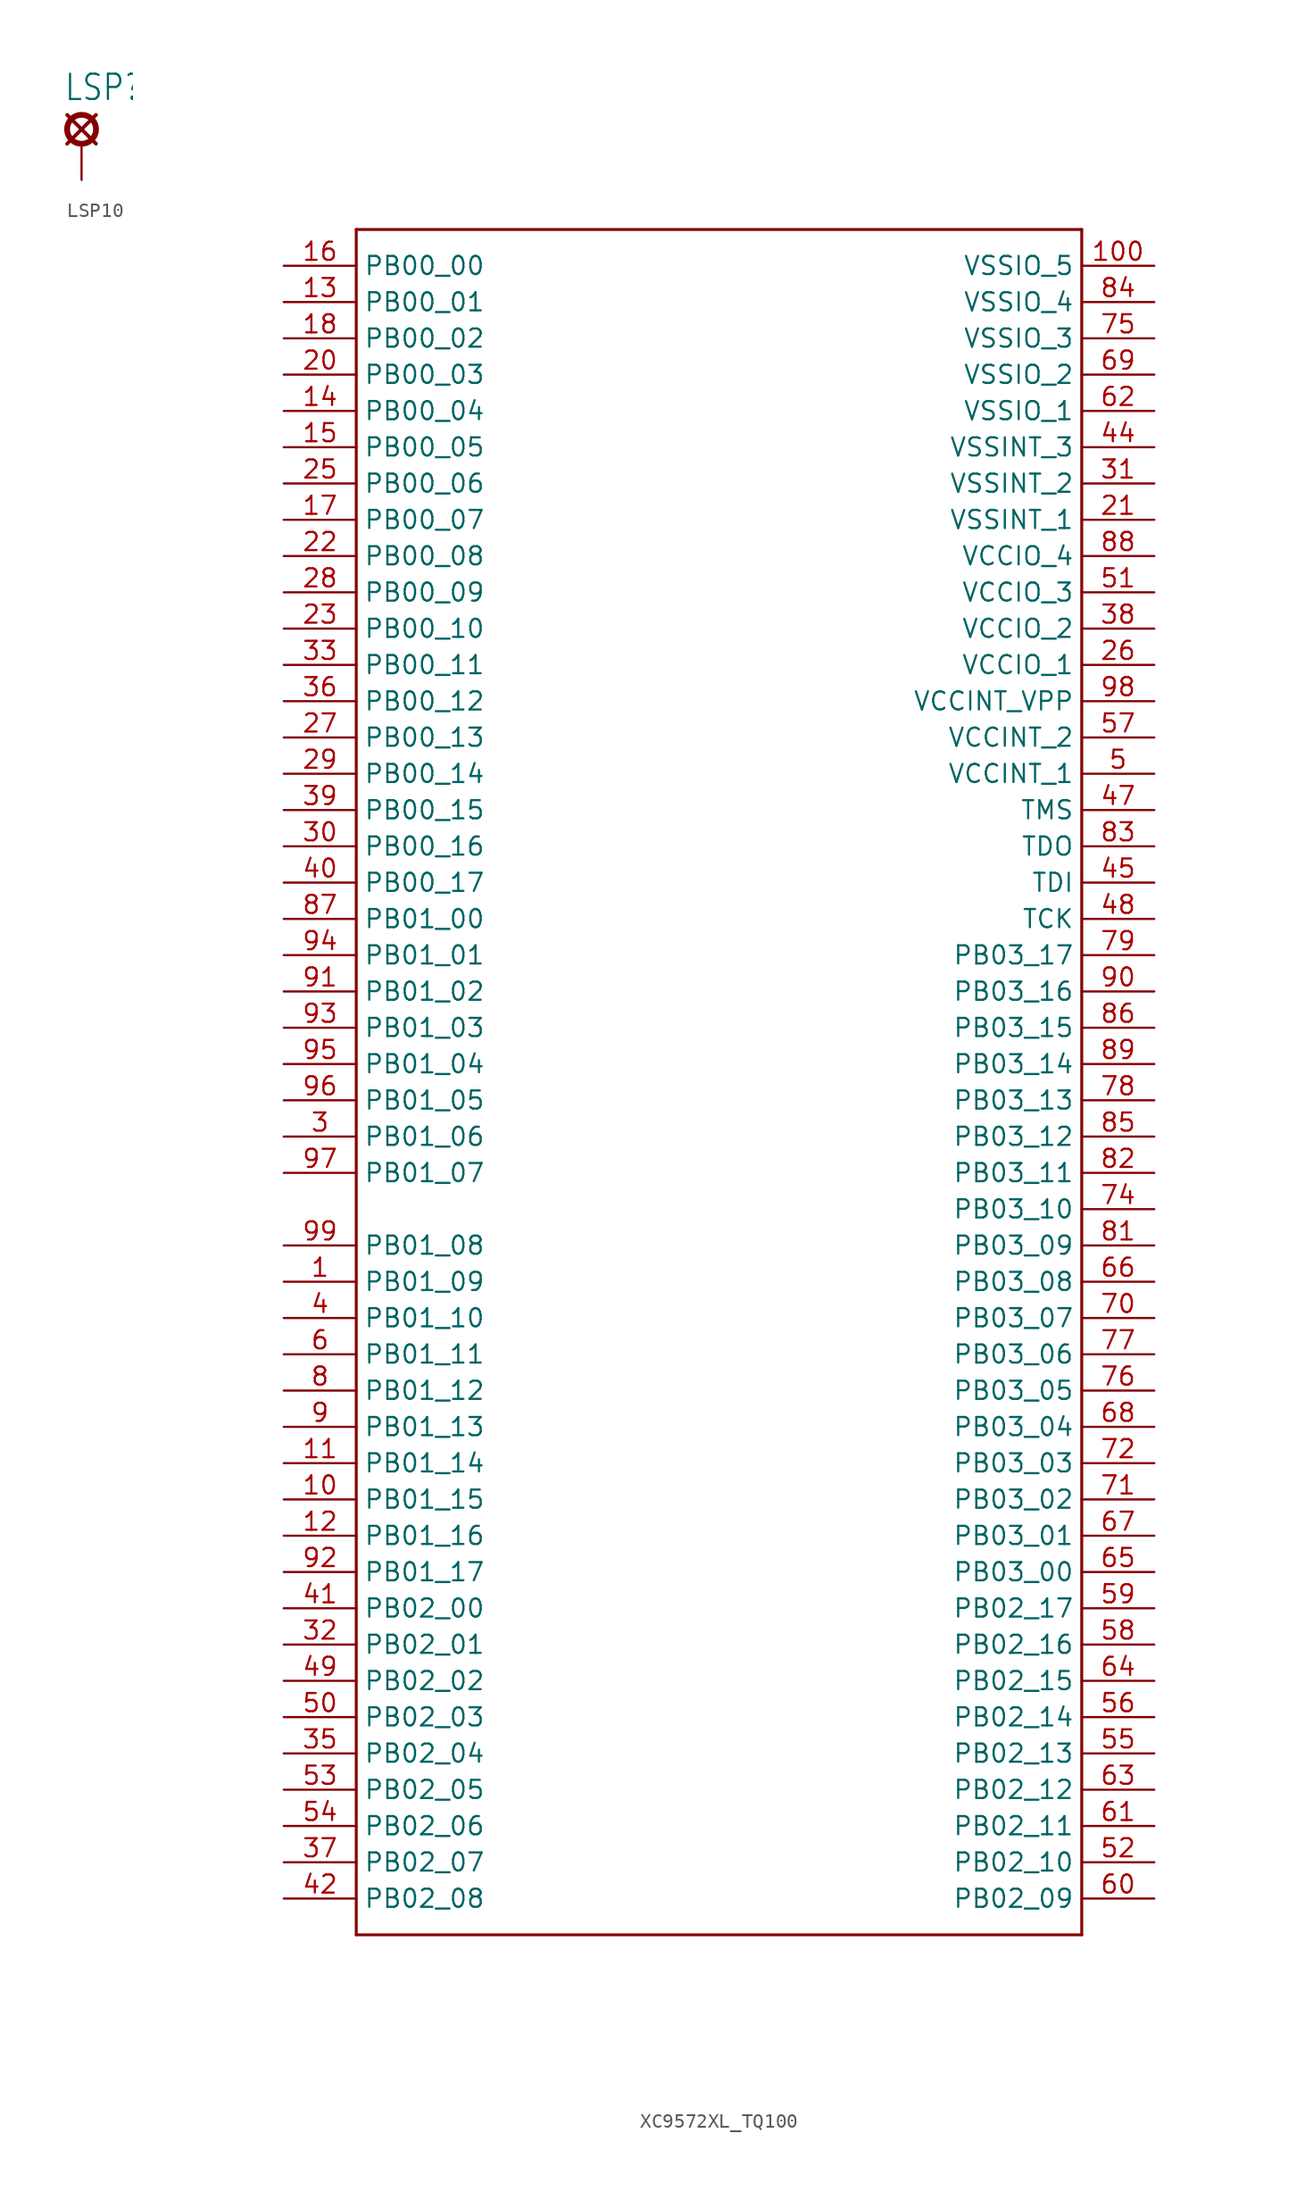
<source format=kicad_sym>
(kicad_symbol_lib
  (version 20231120)
  (generator "kicad_symbol_editor")
  (generator_version "8.0")
  (symbol "LSP10"
    (property "Reference" "LSP"
      (at -1.27 2.921 0)
      (effects (font (size 1.778 1.511)) (justify left bottom)))
    (property "ki_locked" ""
      (at 0 0 0)
      (effects (font (size 1.27 1.27))))
    (symbol "LSP10_1_0"
      (polyline (pts (xy -1.016 0) (xy 1.016 2.032)) (stroke (width 0.254) (type solid)) (fill (type none)))
      (polyline (pts (xy -1.016 2.032) (xy 1.016 0)) (stroke (width 0.254) (type solid)) (fill (type none)))
      (circle (center 0 1.016) (radius 1.016) (stroke (width 0.406) (type solid)) (fill (type none)))
      (pin passive line (at 0 -2.54 90) (length 2.54) (name "MP" (effects (font (size 0 0)))) (number "MP" (effects (font (size 0 0)))))))
  (symbol "XC9572XL_TQ100"
    (property "Reference" ""
      (at -5.08 1.27 0)
      (effects (font (size 1.778 1.511)) (justify left bottom) (hide yes)))
    (property "Value" ""
      (at -5.08 -2.54 0)
      (effects (font (size 1.778 1.511)) (justify left bottom)))
    (property "ki_locked" ""
      (at 0 0 0)
      (effects (font (size 1.27 1.27))))
    (symbol "XC9572XL_TQ100_1_0"
      (polyline (pts (xy -25.4 -58.42) (xy 25.4 -58.42)) (stroke (width 0.203) (type solid)) (fill (type none)))
      (polyline (pts (xy -25.4 60.96) (xy -25.4 -58.42)) (stroke (width 0.203) (type solid)) (fill (type none)))
      (polyline (pts (xy 25.4 -58.42) (xy 25.4 60.96)) (stroke (width 0.203) (type solid)) (fill (type none)))
      (polyline (pts (xy 25.4 60.96) (xy -25.4 60.96)) (stroke (width 0.203) (type solid)) (fill (type none)))
      (pin bidirectional line (at -30.48 -12.7 0) (length 5.08) (name "PB01_09" (effects (font (size 1.27 1.27)))) (number "1" (effects (font (size 1.27 1.27)))))
      (pin bidirectional line (at -30.48 -27.94 0) (length 5.08) (name "PB01_15" (effects (font (size 1.27 1.27)))) (number "10" (effects (font (size 1.27 1.27)))))
      (pin passive line (at 30.48 58.42 180) (length 5.08) (name "VSSIO_5" (effects (font (size 1.27 1.27)))) (number "100" (effects (font (size 1.27 1.27)))))
      (pin bidirectional line (at -30.48 -25.4 0) (length 5.08) (name "PB01_14" (effects (font (size 1.27 1.27)))) (number "11" (effects (font (size 1.27 1.27)))))
      (pin bidirectional line (at -30.48 -30.48 0) (length 5.08) (name "PB01_16" (effects (font (size 1.27 1.27)))) (number "12" (effects (font (size 1.27 1.27)))))
      (pin bidirectional line (at -30.48 55.88 0) (length 5.08) (name "PB00_01" (effects (font (size 1.27 1.27)))) (number "13" (effects (font (size 1.27 1.27)))))
      (pin bidirectional line (at -30.48 48.26 0) (length 5.08) (name "PB00_04" (effects (font (size 1.27 1.27)))) (number "14" (effects (font (size 1.27 1.27)))))
      (pin bidirectional line (at -30.48 45.72 0) (length 5.08) (name "PB00_05" (effects (font (size 1.27 1.27)))) (number "15" (effects (font (size 1.27 1.27)))))
      (pin bidirectional line (at -30.48 58.42 0) (length 5.08) (name "PB00_00" (effects (font (size 1.27 1.27)))) (number "16" (effects (font (size 1.27 1.27)))))
      (pin bidirectional line (at -30.48 40.64 0) (length 5.08) (name "PB00_07" (effects (font (size 1.27 1.27)))) (number "17" (effects (font (size 1.27 1.27)))))
      (pin bidirectional line (at -30.48 53.34 0) (length 5.08) (name "PB00_02" (effects (font (size 1.27 1.27)))) (number "18" (effects (font (size 1.27 1.27)))))
      (pin bidirectional line (at -30.48 50.8 0) (length 5.08) (name "PB00_03" (effects (font (size 1.27 1.27)))) (number "20" (effects (font (size 1.27 1.27)))))
      (pin passive line (at 30.48 40.64 180) (length 5.08) (name "VSSINT_1" (effects (font (size 1.27 1.27)))) (number "21" (effects (font (size 1.27 1.27)))))
      (pin bidirectional line (at -30.48 38.1 0) (length 5.08) (name "PB00_08" (effects (font (size 1.27 1.27)))) (number "22" (effects (font (size 1.27 1.27)))))
      (pin bidirectional line (at -30.48 33.02 0) (length 5.08) (name "PB00_10" (effects (font (size 1.27 1.27)))) (number "23" (effects (font (size 1.27 1.27)))))
      (pin bidirectional line (at -30.48 43.18 0) (length 5.08) (name "PB00_06" (effects (font (size 1.27 1.27)))) (number "25" (effects (font (size 1.27 1.27)))))
      (pin passive line (at 30.48 30.48 180) (length 5.08) (name "VCCIO_1" (effects (font (size 1.27 1.27)))) (number "26" (effects (font (size 1.27 1.27)))))
      (pin bidirectional line (at -30.48 25.4 0) (length 5.08) (name "PB00_13" (effects (font (size 1.27 1.27)))) (number "27" (effects (font (size 1.27 1.27)))))
      (pin bidirectional line (at -30.48 35.56 0) (length 5.08) (name "PB00_09" (effects (font (size 1.27 1.27)))) (number "28" (effects (font (size 1.27 1.27)))))
      (pin bidirectional line (at -30.48 22.86 0) (length 5.08) (name "PB00_14" (effects (font (size 1.27 1.27)))) (number "29" (effects (font (size 1.27 1.27)))))
      (pin bidirectional line (at -30.48 -2.54 0) (length 5.08) (name "PB01_06" (effects (font (size 1.27 1.27)))) (number "3" (effects (font (size 1.27 1.27)))))
      (pin bidirectional line (at -30.48 17.78 0) (length 5.08) (name "PB00_16" (effects (font (size 1.27 1.27)))) (number "30" (effects (font (size 1.27 1.27)))))
      (pin passive line (at 30.48 43.18 180) (length 5.08) (name "VSSINT_2" (effects (font (size 1.27 1.27)))) (number "31" (effects (font (size 1.27 1.27)))))
      (pin bidirectional line (at -30.48 -38.1 0) (length 5.08) (name "PB02_01" (effects (font (size 1.27 1.27)))) (number "32" (effects (font (size 1.27 1.27)))))
      (pin bidirectional line (at -30.48 30.48 0) (length 5.08) (name "PB00_11" (effects (font (size 1.27 1.27)))) (number "33" (effects (font (size 1.27 1.27)))))
      (pin bidirectional line (at -30.48 -45.72 0) (length 5.08) (name "PB02_04" (effects (font (size 1.27 1.27)))) (number "35" (effects (font (size 1.27 1.27)))))
      (pin bidirectional line (at -30.48 27.94 0) (length 5.08) (name "PB00_12" (effects (font (size 1.27 1.27)))) (number "36" (effects (font (size 1.27 1.27)))))
      (pin bidirectional line (at -30.48 -53.34 0) (length 5.08) (name "PB02_07" (effects (font (size 1.27 1.27)))) (number "37" (effects (font (size 1.27 1.27)))))
      (pin passive line (at 30.48 33.02 180) (length 5.08) (name "VCCIO_2" (effects (font (size 1.27 1.27)))) (number "38" (effects (font (size 1.27 1.27)))))
      (pin bidirectional line (at -30.48 20.32 0) (length 5.08) (name "PB00_15" (effects (font (size 1.27 1.27)))) (number "39" (effects (font (size 1.27 1.27)))))
      (pin bidirectional line (at -30.48 -15.24 0) (length 5.08) (name "PB01_10" (effects (font (size 1.27 1.27)))) (number "4" (effects (font (size 1.27 1.27)))))
      (pin bidirectional line (at -30.48 15.24 0) (length 5.08) (name "PB00_17" (effects (font (size 1.27 1.27)))) (number "40" (effects (font (size 1.27 1.27)))))
      (pin bidirectional line (at -30.48 -35.56 0) (length 5.08) (name "PB02_00" (effects (font (size 1.27 1.27)))) (number "41" (effects (font (size 1.27 1.27)))))
      (pin bidirectional line (at -30.48 -55.88 0) (length 5.08) (name "PB02_08" (effects (font (size 1.27 1.27)))) (number "42" (effects (font (size 1.27 1.27)))))
      (pin passive line (at 30.48 45.72 180) (length 5.08) (name "VSSINT_3" (effects (font (size 1.27 1.27)))) (number "44" (effects (font (size 1.27 1.27)))))
      (pin input line (at 30.48 15.24 180) (length 5.08) (name "TDI" (effects (font (size 1.27 1.27)))) (number "45" (effects (font (size 1.27 1.27)))))
      (pin input line (at 30.48 20.32 180) (length 5.08) (name "TMS" (effects (font (size 1.27 1.27)))) (number "47" (effects (font (size 1.27 1.27)))))
      (pin input line (at 30.48 12.7 180) (length 5.08) (name "TCK" (effects (font (size 1.27 1.27)))) (number "48" (effects (font (size 1.27 1.27)))))
      (pin bidirectional line (at -30.48 -40.64 0) (length 5.08) (name "PB02_02" (effects (font (size 1.27 1.27)))) (number "49" (effects (font (size 1.27 1.27)))))
      (pin passive line (at 30.48 22.86 180) (length 5.08) (name "VCCINT_1" (effects (font (size 1.27 1.27)))) (number "5" (effects (font (size 1.27 1.27)))))
      (pin bidirectional line (at -30.48 -43.18 0) (length 5.08) (name "PB02_03" (effects (font (size 1.27 1.27)))) (number "50" (effects (font (size 1.27 1.27)))))
      (pin passive line (at 30.48 35.56 180) (length 5.08) (name "VCCIO_3" (effects (font (size 1.27 1.27)))) (number "51" (effects (font (size 1.27 1.27)))))
      (pin bidirectional line (at 30.48 -53.34 180) (length 5.08) (name "PB02_10" (effects (font (size 1.27 1.27)))) (number "52" (effects (font (size 1.27 1.27)))))
      (pin bidirectional line (at -30.48 -48.26 0) (length 5.08) (name "PB02_05" (effects (font (size 1.27 1.27)))) (number "53" (effects (font (size 1.27 1.27)))))
      (pin bidirectional line (at -30.48 -50.8 0) (length 5.08) (name "PB02_06" (effects (font (size 1.27 1.27)))) (number "54" (effects (font (size 1.27 1.27)))))
      (pin bidirectional line (at 30.48 -45.72 180) (length 5.08) (name "PB02_13" (effects (font (size 1.27 1.27)))) (number "55" (effects (font (size 1.27 1.27)))))
      (pin bidirectional line (at 30.48 -43.18 180) (length 5.08) (name "PB02_14" (effects (font (size 1.27 1.27)))) (number "56" (effects (font (size 1.27 1.27)))))
      (pin passive line (at 30.48 25.4 180) (length 5.08) (name "VCCINT_2" (effects (font (size 1.27 1.27)))) (number "57" (effects (font (size 1.27 1.27)))))
      (pin bidirectional line (at 30.48 -38.1 180) (length 5.08) (name "PB02_16" (effects (font (size 1.27 1.27)))) (number "58" (effects (font (size 1.27 1.27)))))
      (pin bidirectional line (at 30.48 -35.56 180) (length 5.08) (name "PB02_17" (effects (font (size 1.27 1.27)))) (number "59" (effects (font (size 1.27 1.27)))))
      (pin bidirectional line (at -30.48 -17.78 0) (length 5.08) (name "PB01_11" (effects (font (size 1.27 1.27)))) (number "6" (effects (font (size 1.27 1.27)))))
      (pin bidirectional line (at 30.48 -55.88 180) (length 5.08) (name "PB02_09" (effects (font (size 1.27 1.27)))) (number "60" (effects (font (size 1.27 1.27)))))
      (pin bidirectional line (at 30.48 -50.8 180) (length 5.08) (name "PB02_11" (effects (font (size 1.27 1.27)))) (number "61" (effects (font (size 1.27 1.27)))))
      (pin passive line (at 30.48 48.26 180) (length 5.08) (name "VSSIO_1" (effects (font (size 1.27 1.27)))) (number "62" (effects (font (size 1.27 1.27)))))
      (pin bidirectional line (at 30.48 -48.26 180) (length 5.08) (name "PB02_12" (effects (font (size 1.27 1.27)))) (number "63" (effects (font (size 1.27 1.27)))))
      (pin bidirectional line (at 30.48 -40.64 180) (length 5.08) (name "PB02_15" (effects (font (size 1.27 1.27)))) (number "64" (effects (font (size 1.27 1.27)))))
      (pin bidirectional line (at 30.48 -33.02 180) (length 5.08) (name "PB03_00" (effects (font (size 1.27 1.27)))) (number "65" (effects (font (size 1.27 1.27)))))
      (pin bidirectional line (at 30.48 -12.7 180) (length 5.08) (name "PB03_08" (effects (font (size 1.27 1.27)))) (number "66" (effects (font (size 1.27 1.27)))))
      (pin bidirectional line (at 30.48 -30.48 180) (length 5.08) (name "PB03_01" (effects (font (size 1.27 1.27)))) (number "67" (effects (font (size 1.27 1.27)))))
      (pin bidirectional line (at 30.48 -22.86 180) (length 5.08) (name "PB03_04" (effects (font (size 1.27 1.27)))) (number "68" (effects (font (size 1.27 1.27)))))
      (pin passive line (at 30.48 50.8 180) (length 5.08) (name "VSSIO_2" (effects (font (size 1.27 1.27)))) (number "69" (effects (font (size 1.27 1.27)))))
      (pin bidirectional line (at 30.48 -15.24 180) (length 5.08) (name "PB03_07" (effects (font (size 1.27 1.27)))) (number "70" (effects (font (size 1.27 1.27)))))
      (pin bidirectional line (at 30.48 -27.94 180) (length 5.08) (name "PB03_02" (effects (font (size 1.27 1.27)))) (number "71" (effects (font (size 1.27 1.27)))))
      (pin bidirectional line (at 30.48 -25.4 180) (length 5.08) (name "PB03_03" (effects (font (size 1.27 1.27)))) (number "72" (effects (font (size 1.27 1.27)))))
      (pin bidirectional line (at 30.48 -7.62 180) (length 5.08) (name "PB03_10" (effects (font (size 1.27 1.27)))) (number "74" (effects (font (size 1.27 1.27)))))
      (pin passive line (at 30.48 53.34 180) (length 5.08) (name "VSSIO_3" (effects (font (size 1.27 1.27)))) (number "75" (effects (font (size 1.27 1.27)))))
      (pin bidirectional line (at 30.48 -20.32 180) (length 5.08) (name "PB03_05" (effects (font (size 1.27 1.27)))) (number "76" (effects (font (size 1.27 1.27)))))
      (pin bidirectional line (at 30.48 -17.78 180) (length 5.08) (name "PB03_06" (effects (font (size 1.27 1.27)))) (number "77" (effects (font (size 1.27 1.27)))))
      (pin bidirectional line (at 30.48 0 180) (length 5.08) (name "PB03_13" (effects (font (size 1.27 1.27)))) (number "78" (effects (font (size 1.27 1.27)))))
      (pin bidirectional line (at 30.48 10.16 180) (length 5.08) (name "PB03_17" (effects (font (size 1.27 1.27)))) (number "79" (effects (font (size 1.27 1.27)))))
      (pin bidirectional line (at -30.48 -20.32 0) (length 5.08) (name "PB01_12" (effects (font (size 1.27 1.27)))) (number "8" (effects (font (size 1.27 1.27)))))
      (pin bidirectional line (at 30.48 -10.16 180) (length 5.08) (name "PB03_09" (effects (font (size 1.27 1.27)))) (number "81" (effects (font (size 1.27 1.27)))))
      (pin bidirectional line (at 30.48 -5.08 180) (length 5.08) (name "PB03_11" (effects (font (size 1.27 1.27)))) (number "82" (effects (font (size 1.27 1.27)))))
      (pin output line (at 30.48 17.78 180) (length 5.08) (name "TDO" (effects (font (size 1.27 1.27)))) (number "83" (effects (font (size 1.27 1.27)))))
      (pin passive line (at 30.48 55.88 180) (length 5.08) (name "VSSIO_4" (effects (font (size 1.27 1.27)))) (number "84" (effects (font (size 1.27 1.27)))))
      (pin bidirectional line (at 30.48 -2.54 180) (length 5.08) (name "PB03_12" (effects (font (size 1.27 1.27)))) (number "85" (effects (font (size 1.27 1.27)))))
      (pin bidirectional line (at 30.48 5.08 180) (length 5.08) (name "PB03_15" (effects (font (size 1.27 1.27)))) (number "86" (effects (font (size 1.27 1.27)))))
      (pin bidirectional line (at -30.48 12.7 0) (length 5.08) (name "PB01_00" (effects (font (size 1.27 1.27)))) (number "87" (effects (font (size 1.27 1.27)))))
      (pin passive line (at 30.48 38.1 180) (length 5.08) (name "VCCIO_4" (effects (font (size 1.27 1.27)))) (number "88" (effects (font (size 1.27 1.27)))))
      (pin bidirectional line (at 30.48 2.54 180) (length 5.08) (name "PB03_14" (effects (font (size 1.27 1.27)))) (number "89" (effects (font (size 1.27 1.27)))))
      (pin bidirectional line (at -30.48 -22.86 0) (length 5.08) (name "PB01_13" (effects (font (size 1.27 1.27)))) (number "9" (effects (font (size 1.27 1.27)))))
      (pin bidirectional line (at 30.48 7.62 180) (length 5.08) (name "PB03_16" (effects (font (size 1.27 1.27)))) (number "90" (effects (font (size 1.27 1.27)))))
      (pin bidirectional line (at -30.48 7.62 0) (length 5.08) (name "PB01_02" (effects (font (size 1.27 1.27)))) (number "91" (effects (font (size 1.27 1.27)))))
      (pin bidirectional line (at -30.48 -33.02 0) (length 5.08) (name "PB01_17" (effects (font (size 1.27 1.27)))) (number "92" (effects (font (size 1.27 1.27)))))
      (pin bidirectional line (at -30.48 5.08 0) (length 5.08) (name "PB01_03" (effects (font (size 1.27 1.27)))) (number "93" (effects (font (size 1.27 1.27)))))
      (pin bidirectional line (at -30.48 10.16 0) (length 5.08) (name "PB01_01" (effects (font (size 1.27 1.27)))) (number "94" (effects (font (size 1.27 1.27)))))
      (pin bidirectional line (at -30.48 2.54 0) (length 5.08) (name "PB01_04" (effects (font (size 1.27 1.27)))) (number "95" (effects (font (size 1.27 1.27)))))
      (pin bidirectional line (at -30.48 0 0) (length 5.08) (name "PB01_05" (effects (font (size 1.27 1.27)))) (number "96" (effects (font (size 1.27 1.27)))))
      (pin bidirectional line (at -30.48 -5.08 0) (length 5.08) (name "PB01_07" (effects (font (size 1.27 1.27)))) (number "97" (effects (font (size 1.27 1.27)))))
      (pin passive line (at 30.48 27.94 180) (length 5.08) (name "VCCINT_VPP" (effects (font (size 1.27 1.27)))) (number "98" (effects (font (size 1.27 1.27)))))
      (pin bidirectional line (at -30.48 -10.16 0) (length 5.08) (name "PB01_08" (effects (font (size 1.27 1.27)))) (number "99" (effects (font (size 1.27 1.27))))))))
</source>
